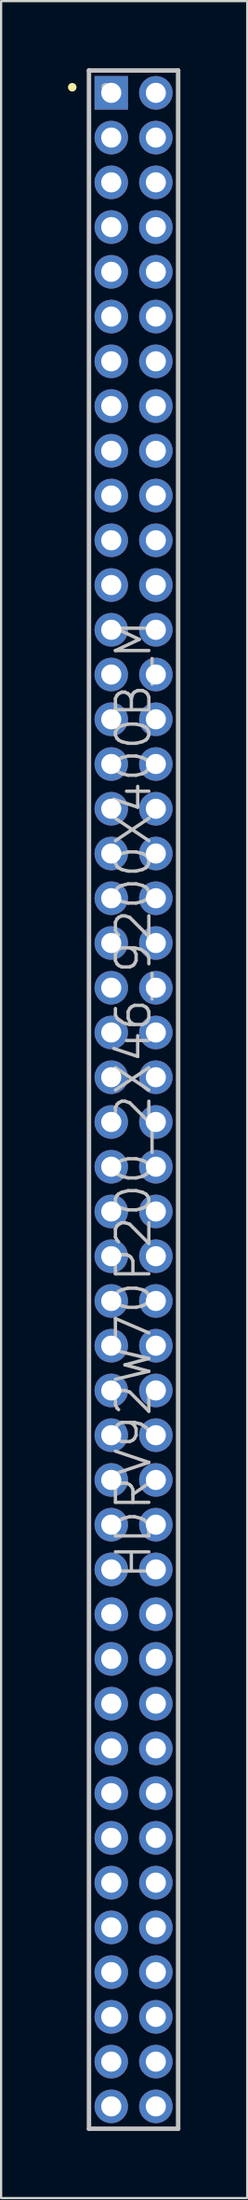
<source format=kicad_pcb>
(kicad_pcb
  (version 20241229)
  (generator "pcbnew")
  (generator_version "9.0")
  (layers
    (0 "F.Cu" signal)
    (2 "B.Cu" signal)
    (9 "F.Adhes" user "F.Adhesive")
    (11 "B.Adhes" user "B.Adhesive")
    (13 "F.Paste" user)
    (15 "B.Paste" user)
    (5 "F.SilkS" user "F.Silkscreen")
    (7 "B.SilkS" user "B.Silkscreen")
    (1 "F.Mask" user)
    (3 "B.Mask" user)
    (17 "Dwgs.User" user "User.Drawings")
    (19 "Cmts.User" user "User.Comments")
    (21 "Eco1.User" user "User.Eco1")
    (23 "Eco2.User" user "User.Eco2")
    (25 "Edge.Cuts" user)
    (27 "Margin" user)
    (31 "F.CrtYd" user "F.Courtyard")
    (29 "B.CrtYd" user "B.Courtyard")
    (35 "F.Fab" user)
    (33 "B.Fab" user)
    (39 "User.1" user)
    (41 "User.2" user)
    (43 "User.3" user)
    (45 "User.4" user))
  (footprint "HDRV92W70P200_2X46_9200X400B_M"
    (layer "F.Cu")
    (at 2.941 46.1)
    (property "Reference" "HDRV92W70P200_2X46_9200X400B_M" (at 0 0 90) (layer "Dwgs.User") (effects (font (size 1.5 1.5) (thickness 0.15))))
    (attr through_hole)
    (fp_line (start -2.75 -45.25) (end -2.75 -45.25) (stroke (width 0.381) (type solid)) (layer "F.SilkS"))
    (fp_line (start -2 -46) (end -2 46) (stroke (width 0.2) (type solid)) (layer "Dwgs.User"))
    (fp_line (start -2 -46) (end 2 -46) (stroke (width 0.2) (type solid)) (layer "Dwgs.User"))
    (fp_line (start -2 46) (end 2 46) (stroke (width 0.2) (type solid)) (layer "Dwgs.User"))
    (fp_line (start -1.25 -45.25) (end -1.25 -45.25) (stroke (width 0.381) (type solid)) (layer "Dwgs.User"))
    (fp_line (start 2 -46) (end 2 46) (stroke (width 0.2) (type solid)) (layer "Dwgs.User"))
    (pad "1" thru_hole rect (at -1 -45) (size 1.5 1.5) (drill 0.9) (layers "*.Cu" "*.Mask"))
    (pad "2" thru_hole circle (at 1 -45 270) (size 1.5 1.5) (drill 0.9) (layers "*.Cu" "*.Mask"))
    (pad "3" thru_hole circle (at -1 -43 270) (size 1.5 1.5) (drill 0.9) (layers "*.Cu" "*.Mask"))
    (pad "4" thru_hole circle (at 1 -43 270) (size 1.5 1.5) (drill 0.9) (layers "*.Cu" "*.Mask"))
    (pad "5" thru_hole circle (at -1 -41 270) (size 1.5 1.5) (drill 0.9) (layers "*.Cu" "*.Mask"))
    (pad "6" thru_hole circle (at 1 -41 270) (size 1.5 1.5) (drill 0.9) (layers "*.Cu" "*.Mask"))
    (pad "7" thru_hole circle (at -1 -39 270) (size 1.5 1.5) (drill 0.9) (layers "*.Cu" "*.Mask"))
    (pad "8" thru_hole circle (at 1 -39 270) (size 1.5 1.5) (drill 0.9) (layers "*.Cu" "*.Mask"))
    (pad "9" thru_hole circle (at -1 -37 270) (size 1.5 1.5) (drill 0.9) (layers "*.Cu" "*.Mask"))
    (pad "10" thru_hole circle (at 1 -37 270) (size 1.5 1.5) (drill 0.9) (layers "*.Cu" "*.Mask"))
    (pad "11" thru_hole circle (at -1 -35 270) (size 1.5 1.5) (drill 0.9) (layers "*.Cu" "*.Mask"))
    (pad "12" thru_hole circle (at 1 -35 270) (size 1.5 1.5) (drill 0.9) (layers "*.Cu" "*.Mask"))
    (pad "13" thru_hole circle (at -1 -33 270) (size 1.5 1.5) (drill 0.9) (layers "*.Cu" "*.Mask"))
    (pad "14" thru_hole circle (at 1 -33 270) (size 1.5 1.5) (drill 0.9) (layers "*.Cu" "*.Mask"))
    (pad "15" thru_hole circle (at -1 -31 270) (size 1.5 1.5) (drill 0.9) (layers "*.Cu" "*.Mask"))
    (pad "16" thru_hole circle (at 1 -31 270) (size 1.5 1.5) (drill 0.9) (layers "*.Cu" "*.Mask"))
    (pad "17" thru_hole circle (at -1 -29 270) (size 1.5 1.5) (drill 0.9) (layers "*.Cu" "*.Mask"))
    (pad "18" thru_hole circle (at 1 -29 270) (size 1.5 1.5) (drill 0.9) (layers "*.Cu" "*.Mask"))
    (pad "19" thru_hole circle (at -1 -27 270) (size 1.5 1.5) (drill 0.9) (layers "*.Cu" "*.Mask"))
    (pad "20" thru_hole circle (at 1 -27 270) (size 1.5 1.5) (drill 0.9) (layers "*.Cu" "*.Mask"))
    (pad "21" thru_hole circle (at -1 -25 270) (size 1.5 1.5) (drill 0.9) (layers "*.Cu" "*.Mask"))
    (pad "22" thru_hole circle (at 1 -25 270) (size 1.5 1.5) (drill 0.9) (layers "*.Cu" "*.Mask"))
    (pad "23" thru_hole circle (at -1 -23 270) (size 1.5 1.5) (drill 0.9) (layers "*.Cu" "*.Mask"))
    (pad "24" thru_hole circle (at 1 -23 270) (size 1.5 1.5) (drill 0.9) (layers "*.Cu" "*.Mask"))
    (pad "25" thru_hole circle (at -1 -21 270) (size 1.5 1.5) (drill 0.9) (layers "*.Cu" "*.Mask"))
    (pad "26" thru_hole circle (at 1 -21 270) (size 1.5 1.5) (drill 0.9) (layers "*.Cu" "*.Mask"))
    (pad "27" thru_hole circle (at -1 -19 270) (size 1.5 1.5) (drill 0.9) (layers "*.Cu" "*.Mask"))
    (pad "28" thru_hole circle (at 1 -19 270) (size 1.5 1.5) (drill 0.9) (layers "*.Cu" "*.Mask"))
    (pad "29" thru_hole circle (at -1 -17 270) (size 1.5 1.5) (drill 0.9) (layers "*.Cu" "*.Mask"))
    (pad "30" thru_hole circle (at 1 -17 270) (size 1.5 1.5) (drill 0.9) (layers "*.Cu" "*.Mask"))
    (pad "31" thru_hole circle (at -1 -15 270) (size 1.5 1.5) (drill 0.9) (layers "*.Cu" "*.Mask"))
    (pad "32" thru_hole circle (at 1 -15 270) (size 1.5 1.5) (drill 0.9) (layers "*.Cu" "*.Mask"))
    (pad "33" thru_hole circle (at -1 -13 270) (size 1.5 1.5) (drill 0.9) (layers "*.Cu" "*.Mask"))
    (pad "34" thru_hole circle (at 1 -13 270) (size 1.5 1.5) (drill 0.9) (layers "*.Cu" "*.Mask"))
    (pad "35" thru_hole circle (at -1 -11 270) (size 1.5 1.5) (drill 0.9) (layers "*.Cu" "*.Mask"))
    (pad "36" thru_hole circle (at 1 -11 270) (size 1.5 1.5) (drill 0.9) (layers "*.Cu" "*.Mask"))
    (pad "37" thru_hole circle (at -1 -9 270) (size 1.5 1.5) (drill 0.9) (layers "*.Cu" "*.Mask"))
    (pad "38" thru_hole circle (at 1 -9 270) (size 1.5 1.5) (drill 0.9) (layers "*.Cu" "*.Mask"))
    (pad "39" thru_hole circle (at -1 -7 270) (size 1.5 1.5) (drill 0.9) (layers "*.Cu" "*.Mask"))
    (pad "40" thru_hole circle (at 1 -7 270) (size 1.5 1.5) (drill 0.9) (layers "*.Cu" "*.Mask"))
    (pad "41" thru_hole circle (at -1 -5 270) (size 1.5 1.5) (drill 0.9) (layers "*.Cu" "*.Mask"))
    (pad "42" thru_hole circle (at 1 -5 270) (size 1.5 1.5) (drill 0.9) (layers "*.Cu" "*.Mask"))
    (pad "43" thru_hole circle (at -1 -3 270) (size 1.5 1.5) (drill 0.9) (layers "*.Cu" "*.Mask"))
    (pad "44" thru_hole circle (at 1 -3 270) (size 1.5 1.5) (drill 0.9) (layers "*.Cu" "*.Mask"))
    (pad "45" thru_hole circle (at -1 -1 270) (size 1.5 1.5) (drill 0.9) (layers "*.Cu" "*.Mask"))
    (pad "46" thru_hole circle (at 1 -1 270) (size 1.5 1.5) (drill 0.9) (layers "*.Cu" "*.Mask"))
    (pad "47" thru_hole circle (at -1 1 270) (size 1.5 1.5) (drill 0.9) (layers "*.Cu" "*.Mask"))
    (pad "48" thru_hole circle (at 1 1 270) (size 1.5 1.5) (drill 0.9) (layers "*.Cu" "*.Mask"))
    (pad "49" thru_hole circle (at -1 3 270) (size 1.5 1.5) (drill 0.9) (layers "*.Cu" "*.Mask"))
    (pad "50" thru_hole circle (at 1 3 270) (size 1.5 1.5) (drill 0.9) (layers "*.Cu" "*.Mask"))
    (pad "51" thru_hole circle (at -1 5 270) (size 1.5 1.5) (drill 0.9) (layers "*.Cu" "*.Mask"))
    (pad "52" thru_hole circle (at 1 5 270) (size 1.5 1.5) (drill 0.9) (layers "*.Cu" "*.Mask"))
    (pad "53" thru_hole circle (at -1 7 270) (size 1.5 1.5) (drill 0.9) (layers "*.Cu" "*.Mask"))
    (pad "54" thru_hole circle (at 1 7 270) (size 1.5 1.5) (drill 0.9) (layers "*.Cu" "*.Mask"))
    (pad "55" thru_hole circle (at -1 9 270) (size 1.5 1.5) (drill 0.9) (layers "*.Cu" "*.Mask"))
    (pad "56" thru_hole circle (at 1 9 270) (size 1.5 1.5) (drill 0.9) (layers "*.Cu" "*.Mask"))
    (pad "57" thru_hole circle (at -1 11 270) (size 1.5 1.5) (drill 0.9) (layers "*.Cu" "*.Mask"))
    (pad "58" thru_hole circle (at 1 11 270) (size 1.5 1.5) (drill 0.9) (layers "*.Cu" "*.Mask"))
    (pad "59" thru_hole circle (at -1 13 270) (size 1.5 1.5) (drill 0.9) (layers "*.Cu" "*.Mask"))
    (pad "60" thru_hole circle (at 1 13 270) (size 1.5 1.5) (drill 0.9) (layers "*.Cu" "*.Mask"))
    (pad "61" thru_hole circle (at -1 15 270) (size 1.5 1.5) (drill 0.9) (layers "*.Cu" "*.Mask"))
    (pad "62" thru_hole circle (at 1 15 270) (size 1.5 1.5) (drill 0.9) (layers "*.Cu" "*.Mask"))
    (pad "63" thru_hole circle (at -1 17 270) (size 1.5 1.5) (drill 0.9) (layers "*.Cu" "*.Mask"))
    (pad "64" thru_hole circle (at 1 17 270) (size 1.5 1.5) (drill 0.9) (layers "*.Cu" "*.Mask"))
    (pad "65" thru_hole circle (at -1 19 270) (size 1.5 1.5) (drill 0.9) (layers "*.Cu" "*.Mask"))
    (pad "66" thru_hole circle (at 1 19 270) (size 1.5 1.5) (drill 0.9) (layers "*.Cu" "*.Mask"))
    (pad "67" thru_hole circle (at -1 21 270) (size 1.5 1.5) (drill 0.9) (layers "*.Cu" "*.Mask"))
    (pad "68" thru_hole circle (at 1 21 270) (size 1.5 1.5) (drill 0.9) (layers "*.Cu" "*.Mask"))
    (pad "69" thru_hole circle (at -1 23 270) (size 1.5 1.5) (drill 0.9) (layers "*.Cu" "*.Mask"))
    (pad "70" thru_hole circle (at 1 23 270) (size 1.5 1.5) (drill 0.9) (layers "*.Cu" "*.Mask"))
    (pad "71" thru_hole circle (at -1 25 270) (size 1.5 1.5) (drill 0.9) (layers "*.Cu" "*.Mask"))
    (pad "72" thru_hole circle (at 1 25 270) (size 1.5 1.5) (drill 0.9) (layers "*.Cu" "*.Mask"))
    (pad "73" thru_hole circle (at -1 27 270) (size 1.5 1.5) (drill 0.9) (layers "*.Cu" "*.Mask"))
    (pad "74" thru_hole circle (at 1 27 270) (size 1.5 1.5) (drill 0.9) (layers "*.Cu" "*.Mask"))
    (pad "75" thru_hole circle (at -1 29 270) (size 1.5 1.5) (drill 0.9) (layers "*.Cu" "*.Mask"))
    (pad "76" thru_hole circle (at 1 29 270) (size 1.5 1.5) (drill 0.9) (layers "*.Cu" "*.Mask"))
    (pad "77" thru_hole circle (at -1 31 270) (size 1.5 1.5) (drill 0.9) (layers "*.Cu" "*.Mask"))
    (pad "78" thru_hole circle (at 1 31 270) (size 1.5 1.5) (drill 0.9) (layers "*.Cu" "*.Mask"))
    (pad "79" thru_hole circle (at -1 33 270) (size 1.5 1.5) (drill 0.9) (layers "*.Cu" "*.Mask"))
    (pad "80" thru_hole circle (at 1 33 270) (size 1.5 1.5) (drill 0.9) (layers "*.Cu" "*.Mask"))
    (pad "81" thru_hole circle (at -1 35 270) (size 1.5 1.5) (drill 0.9) (layers "*.Cu" "*.Mask"))
    (pad "82" thru_hole circle (at 1 35 270) (size 1.5 1.5) (drill 0.9) (layers "*.Cu" "*.Mask"))
    (pad "83" thru_hole circle (at -1 37 270) (size 1.5 1.5) (drill 0.9) (layers "*.Cu" "*.Mask"))
    (pad "84" thru_hole circle (at 1 37 270) (size 1.5 1.5) (drill 0.9) (layers "*.Cu" "*.Mask"))
    (pad "85" thru_hole circle (at -1 39 270) (size 1.5 1.5) (drill 0.9) (layers "*.Cu" "*.Mask"))
    (pad "86" thru_hole circle (at 1 39 270) (size 1.5 1.5) (drill 0.9) (layers "*.Cu" "*.Mask"))
    (pad "87" thru_hole circle (at -1 41 270) (size 1.5 1.5) (drill 0.9) (layers "*.Cu" "*.Mask"))
    (pad "88" thru_hole circle (at 1 41 270) (size 1.5 1.5) (drill 0.9) (layers "*.Cu" "*.Mask"))
    (pad "89" thru_hole circle (at -1 43 270) (size 1.5 1.5) (drill 0.9) (layers "*.Cu" "*.Mask"))
    (pad "90" thru_hole circle (at 1 43 270) (size 1.5 1.5) (drill 0.9) (layers "*.Cu" "*.Mask"))
    (pad "91" thru_hole circle (at -1 45 270) (size 1.5 1.5) (drill 0.9) (layers "*.Cu" "*.Mask"))
    (pad "92" thru_hole circle (at 1 45 270) (size 1.5 1.5) (drill 0.9) (layers "*.Cu" "*.Mask")))
  (gr_rect
    (start -3 -3)
    (end 8.04 95.2)
    (stroke (width 0.1) (type default))
    (fill no)
    (layer "Edge.Cuts")))
</source>
